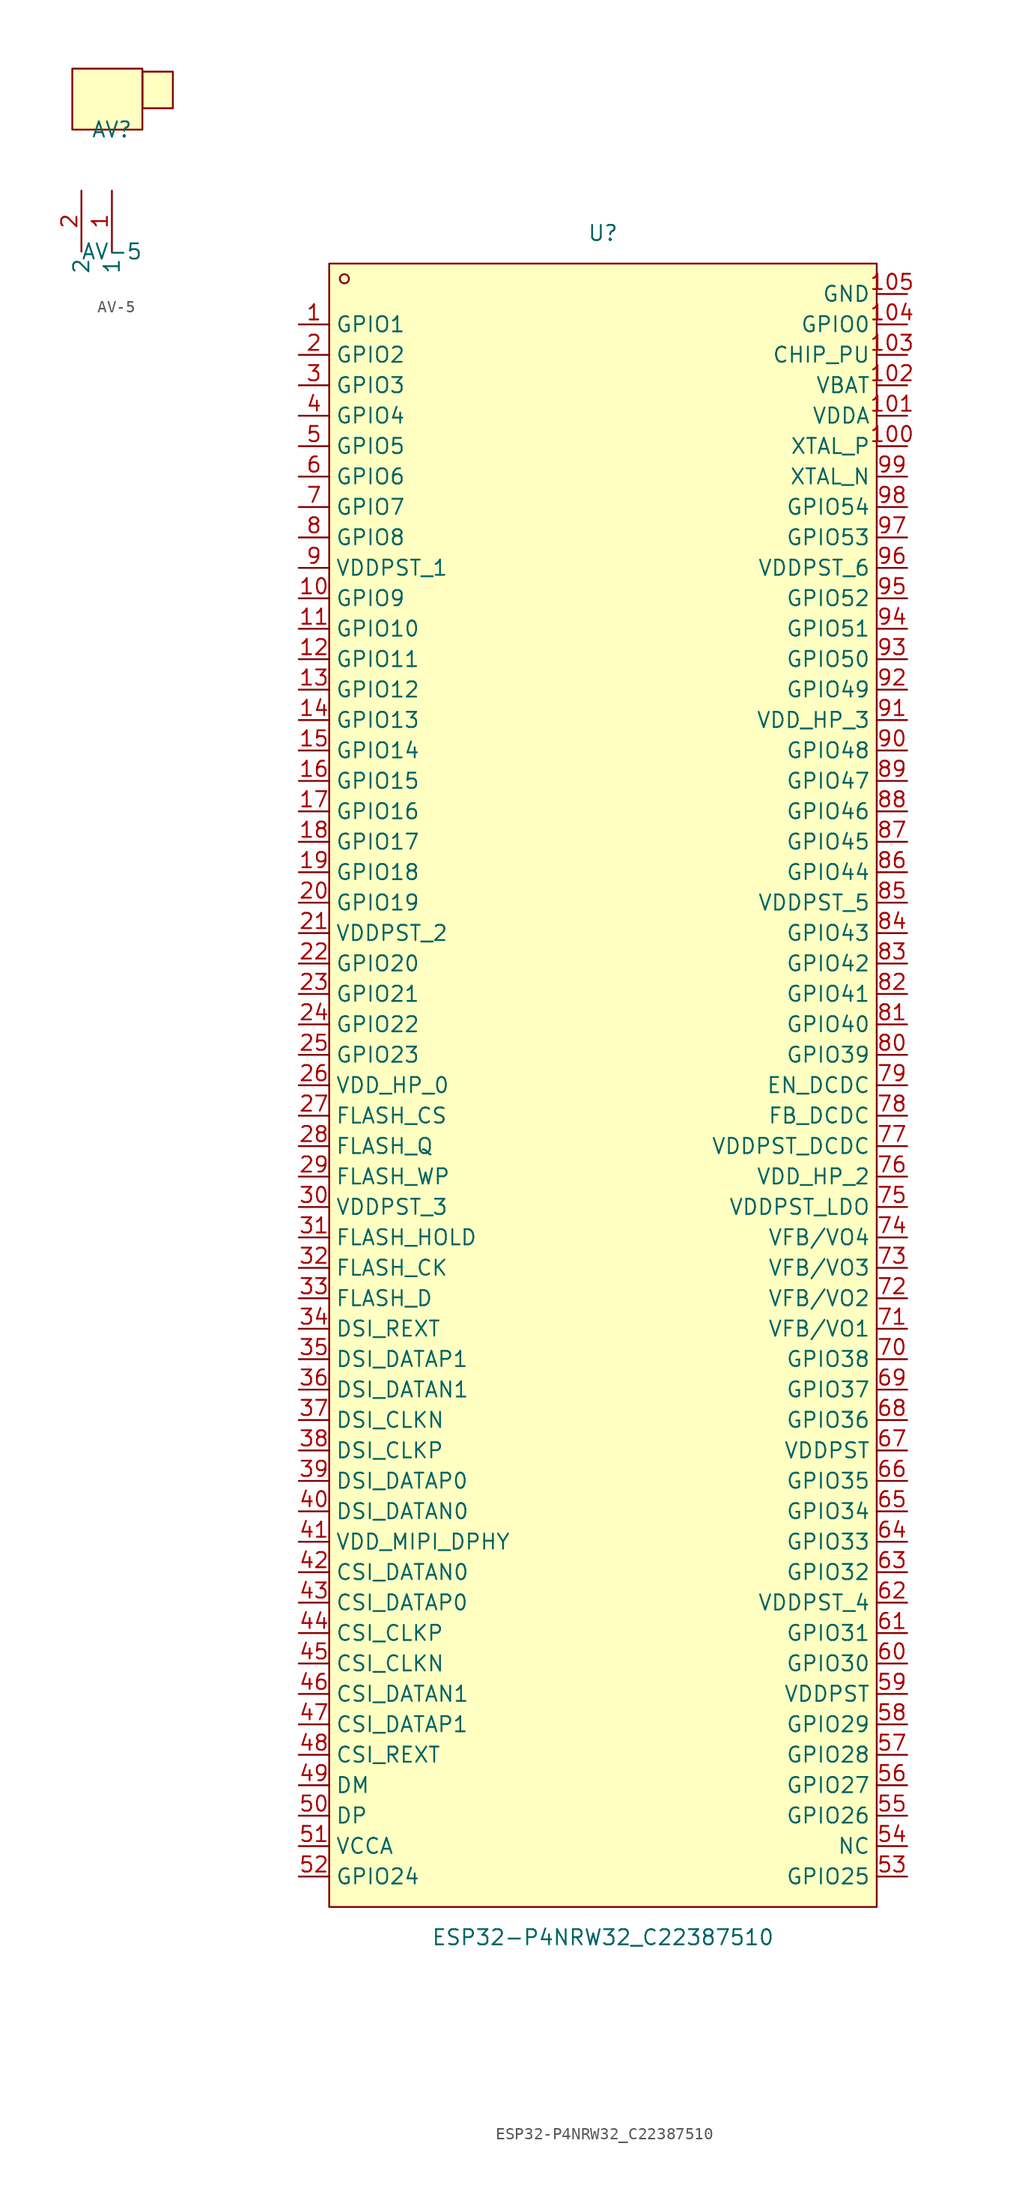
<source format=kicad_sym>
(kicad_symbol_lib
  (version 20241209)
  (generator "kicad_symbol_editor")
  (generator_version "9.0")
  (symbol "AV-5"
    (property "Reference" "AV"
      (at 0 0 0)
      (effects (font (size 1.27 1.27))))
    (property "Value" "AV-5"
      (at 0 -10.16 0)
      (effects (font (size 1.27 1.27))))
    (symbol "AV-5_0_1"
      (rectangle (start -3.3 5.08) (end 2.54 0) (stroke (width 0) (type default)) (fill (type background)))
      (rectangle (start 2.54 4.83) (end 5.08 1.78) (stroke (width 0) (type default)) (fill (type background)))
      (pin unspecified line (at -2.54 -5.08 270) (length 5.08) (name "2" (effects (font (size 1.27 1.27)))) (number "2" (effects (font (size 1.27 1.27)))))
      (pin unspecified line (at 0 -5.08 270) (length 5.08) (name "1" (effects (font (size 1.27 1.27)))) (number "1" (effects (font (size 1.27 1.27)))))))
  (symbol "ESP32-P4NRW32_C22387510"
    (property "Reference" "U"
      (at 0 71.12 0)
      (effects (font (size 1.27 1.27))))
    (property "Value" "ESP32-P4NRW32_C22387510"
      (at 0 -71.12 0)
      (effects (font (size 1.27 1.27))))
    (symbol "ESP32-P4NRW32_C22387510_0_1"
      (rectangle (start -22.86 68.58) (end 22.86 -68.58) (stroke (width 0) (type default) (color 0 0 0 0)) (fill (type background)))
      (circle (center -21.59 67.31) (radius 0.38) (stroke (width 0) (type default) (color 0 0 0 0)) (fill (type none)))
      (pin unspecified line (at -25.40 63.50 0) (length 2.54) (name "GPIO1" (effects (font (size 1.27 1.27)))) (number "1" (effects (font (size 1.27 1.27)))))
      (pin unspecified line (at -25.40 60.96 0) (length 2.54) (name "GPIO2" (effects (font (size 1.27 1.27)))) (number "2" (effects (font (size 1.27 1.27)))))
      (pin unspecified line (at -25.40 58.42 0) (length 2.54) (name "GPIO3" (effects (font (size 1.27 1.27)))) (number "3" (effects (font (size 1.27 1.27)))))
      (pin unspecified line (at -25.40 55.88 0) (length 2.54) (name "GPIO4" (effects (font (size 1.27 1.27)))) (number "4" (effects (font (size 1.27 1.27)))))
      (pin unspecified line (at -25.40 53.34 0) (length 2.54) (name "GPIO5" (effects (font (size 1.27 1.27)))) (number "5" (effects (font (size 1.27 1.27)))))
      (pin unspecified line (at -25.40 50.80 0) (length 2.54) (name "GPIO6" (effects (font (size 1.27 1.27)))) (number "6" (effects (font (size 1.27 1.27)))))
      (pin unspecified line (at -25.40 48.26 0) (length 2.54) (name "GPIO7" (effects (font (size 1.27 1.27)))) (number "7" (effects (font (size 1.27 1.27)))))
      (pin unspecified line (at -25.40 45.72 0) (length 2.54) (name "GPIO8" (effects (font (size 1.27 1.27)))) (number "8" (effects (font (size 1.27 1.27)))))
      (pin unspecified line (at -25.40 43.18 0) (length 2.54) (name "VDDPST_1" (effects (font (size 1.27 1.27)))) (number "9" (effects (font (size 1.27 1.27)))))
      (pin unspecified line (at -25.40 40.64 0) (length 2.54) (name "GPIO9" (effects (font (size 1.27 1.27)))) (number "10" (effects (font (size 1.27 1.27)))))
      (pin unspecified line (at -25.40 38.10 0) (length 2.54) (name "GPIO10" (effects (font (size 1.27 1.27)))) (number "11" (effects (font (size 1.27 1.27)))))
      (pin unspecified line (at -25.40 35.56 0) (length 2.54) (name "GPIO11" (effects (font (size 1.27 1.27)))) (number "12" (effects (font (size 1.27 1.27)))))
      (pin unspecified line (at -25.40 33.02 0) (length 2.54) (name "GPIO12" (effects (font (size 1.27 1.27)))) (number "13" (effects (font (size 1.27 1.27)))))
      (pin unspecified line (at -25.40 30.48 0) (length 2.54) (name "GPIO13" (effects (font (size 1.27 1.27)))) (number "14" (effects (font (size 1.27 1.27)))))
      (pin unspecified line (at -25.40 27.94 0) (length 2.54) (name "GPIO14" (effects (font (size 1.27 1.27)))) (number "15" (effects (font (size 1.27 1.27)))))
      (pin unspecified line (at -25.40 25.40 0) (length 2.54) (name "GPIO15" (effects (font (size 1.27 1.27)))) (number "16" (effects (font (size 1.27 1.27)))))
      (pin unspecified line (at -25.40 22.86 0) (length 2.54) (name "GPIO16" (effects (font (size 1.27 1.27)))) (number "17" (effects (font (size 1.27 1.27)))))
      (pin unspecified line (at -25.40 20.32 0) (length 2.54) (name "GPIO17" (effects (font (size 1.27 1.27)))) (number "18" (effects (font (size 1.27 1.27)))))
      (pin unspecified line (at -25.40 17.78 0) (length 2.54) (name "GPIO18" (effects (font (size 1.27 1.27)))) (number "19" (effects (font (size 1.27 1.27)))))
      (pin unspecified line (at -25.40 15.24 0) (length 2.54) (name "GPIO19" (effects (font (size 1.27 1.27)))) (number "20" (effects (font (size 1.27 1.27)))))
      (pin unspecified line (at -25.40 12.70 0) (length 2.54) (name "VDDPST_2" (effects (font (size 1.27 1.27)))) (number "21" (effects (font (size 1.27 1.27)))))
      (pin unspecified line (at -25.40 10.16 0) (length 2.54) (name "GPIO20" (effects (font (size 1.27 1.27)))) (number "22" (effects (font (size 1.27 1.27)))))
      (pin unspecified line (at -25.40 7.62 0) (length 2.54) (name "GPIO21" (effects (font (size 1.27 1.27)))) (number "23" (effects (font (size 1.27 1.27)))))
      (pin unspecified line (at -25.40 5.08 0) (length 2.54) (name "GPIO22" (effects (font (size 1.27 1.27)))) (number "24" (effects (font (size 1.27 1.27)))))
      (pin unspecified line (at -25.40 2.54 0) (length 2.54) (name "GPIO23" (effects (font (size 1.27 1.27)))) (number "25" (effects (font (size 1.27 1.27)))))
      (pin unspecified line (at -25.40 -0.00 0) (length 2.54) (name "VDD_HP_0" (effects (font (size 1.27 1.27)))) (number "26" (effects (font (size 1.27 1.27)))))
      (pin unspecified line (at -25.40 -2.54 0) (length 2.54) (name "FLASH_CS" (effects (font (size 1.27 1.27)))) (number "27" (effects (font (size 1.27 1.27)))))
      (pin unspecified line (at -25.40 -5.08 0) (length 2.54) (name "FLASH_Q" (effects (font (size 1.27 1.27)))) (number "28" (effects (font (size 1.27 1.27)))))
      (pin unspecified line (at -25.40 -7.62 0) (length 2.54) (name "FLASH_WP" (effects (font (size 1.27 1.27)))) (number "29" (effects (font (size 1.27 1.27)))))
      (pin unspecified line (at -25.40 -10.16 0) (length 2.54) (name "VDDPST_3" (effects (font (size 1.27 1.27)))) (number "30" (effects (font (size 1.27 1.27)))))
      (pin unspecified line (at -25.40 -12.70 0) (length 2.54) (name "FLASH_HOLD" (effects (font (size 1.27 1.27)))) (number "31" (effects (font (size 1.27 1.27)))))
      (pin unspecified line (at -25.40 -15.24 0) (length 2.54) (name "FLASH_CK" (effects (font (size 1.27 1.27)))) (number "32" (effects (font (size 1.27 1.27)))))
      (pin unspecified line (at -25.40 -17.78 0) (length 2.54) (name "FLASH_D" (effects (font (size 1.27 1.27)))) (number "33" (effects (font (size 1.27 1.27)))))
      (pin unspecified line (at -25.40 -20.32 0) (length 2.54) (name "DSI_REXT" (effects (font (size 1.27 1.27)))) (number "34" (effects (font (size 1.27 1.27)))))
      (pin unspecified line (at -25.40 -22.86 0) (length 2.54) (name "DSI_DATAP1" (effects (font (size 1.27 1.27)))) (number "35" (effects (font (size 1.27 1.27)))))
      (pin unspecified line (at -25.40 -25.40 0) (length 2.54) (name "DSI_DATAN1" (effects (font (size 1.27 1.27)))) (number "36" (effects (font (size 1.27 1.27)))))
      (pin unspecified line (at -25.40 -27.94 0) (length 2.54) (name "DSI_CLKN" (effects (font (size 1.27 1.27)))) (number "37" (effects (font (size 1.27 1.27)))))
      (pin unspecified line (at -25.40 -30.48 0) (length 2.54) (name "DSI_CLKP" (effects (font (size 1.27 1.27)))) (number "38" (effects (font (size 1.27 1.27)))))
      (pin unspecified line (at -25.40 -33.02 0) (length 2.54) (name "DSI_DATAP0" (effects (font (size 1.27 1.27)))) (number "39" (effects (font (size 1.27 1.27)))))
      (pin unspecified line (at -25.40 -35.56 0) (length 2.54) (name "DSI_DATAN0" (effects (font (size 1.27 1.27)))) (number "40" (effects (font (size 1.27 1.27)))))
      (pin unspecified line (at -25.40 -38.10 0) (length 2.54) (name "VDD_MIPI_DPHY" (effects (font (size 1.27 1.27)))) (number "41" (effects (font (size 1.27 1.27)))))
      (pin unspecified line (at -25.40 -40.64 0) (length 2.54) (name "CSI_DATAN0" (effects (font (size 1.27 1.27)))) (number "42" (effects (font (size 1.27 1.27)))))
      (pin unspecified line (at -25.40 -43.18 0) (length 2.54) (name "CSI_DATAP0" (effects (font (size 1.27 1.27)))) (number "43" (effects (font (size 1.27 1.27)))))
      (pin unspecified line (at -25.40 -45.72 0) (length 2.54) (name "CSI_CLKP" (effects (font (size 1.27 1.27)))) (number "44" (effects (font (size 1.27 1.27)))))
      (pin unspecified line (at -25.40 -48.26 0) (length 2.54) (name "CSI_CLKN" (effects (font (size 1.27 1.27)))) (number "45" (effects (font (size 1.27 1.27)))))
      (pin unspecified line (at -25.40 -50.80 0) (length 2.54) (name "CSI_DATAN1" (effects (font (size 1.27 1.27)))) (number "46" (effects (font (size 1.27 1.27)))))
      (pin unspecified line (at -25.40 -53.34 0) (length 2.54) (name "CSI_DATAP1" (effects (font (size 1.27 1.27)))) (number "47" (effects (font (size 1.27 1.27)))))
      (pin unspecified line (at -25.40 -55.88 0) (length 2.54) (name "CSI_REXT" (effects (font (size 1.27 1.27)))) (number "48" (effects (font (size 1.27 1.27)))))
      (pin unspecified line (at -25.40 -58.42 0) (length 2.54) (name "DM" (effects (font (size 1.27 1.27)))) (number "49" (effects (font (size 1.27 1.27)))))
      (pin unspecified line (at -25.40 -60.96 0) (length 2.54) (name "DP" (effects (font (size 1.27 1.27)))) (number "50" (effects (font (size 1.27 1.27)))))
      (pin unspecified line (at -25.40 -63.50 0) (length 2.54) (name "VCCA" (effects (font (size 1.27 1.27)))) (number "51" (effects (font (size 1.27 1.27)))))
      (pin unspecified line (at -25.40 -66.04 0) (length 2.54) (name "GPIO24" (effects (font (size 1.27 1.27)))) (number "52" (effects (font (size 1.27 1.27)))))
      (pin unspecified line (at 25.40 -66.04 180) (length 2.54) (name "GPIO25" (effects (font (size 1.27 1.27)))) (number "53" (effects (font (size 1.27 1.27)))))
      (pin unspecified line (at 25.40 -63.50 180) (length 2.54) (name "NC" (effects (font (size 1.27 1.27)))) (number "54" (effects (font (size 1.27 1.27)))))
      (pin unspecified line (at 25.40 -60.96 180) (length 2.54) (name "GPIO26" (effects (font (size 1.27 1.27)))) (number "55" (effects (font (size 1.27 1.27)))))
      (pin unspecified line (at 25.40 -58.42 180) (length 2.54) (name "GPIO27" (effects (font (size 1.27 1.27)))) (number "56" (effects (font (size 1.27 1.27)))))
      (pin unspecified line (at 25.40 -55.88 180) (length 2.54) (name "GPIO28" (effects (font (size 1.27 1.27)))) (number "57" (effects (font (size 1.27 1.27)))))
      (pin unspecified line (at 25.40 -53.34 180) (length 2.54) (name "GPIO29" (effects (font (size 1.27 1.27)))) (number "58" (effects (font (size 1.27 1.27)))))
      (pin unspecified line (at 25.40 -50.80 180) (length 2.54) (name "VDDPST" (effects (font (size 1.27 1.27)))) (number "59" (effects (font (size 1.27 1.27)))))
      (pin unspecified line (at 25.40 -48.26 180) (length 2.54) (name "GPIO30" (effects (font (size 1.27 1.27)))) (number "60" (effects (font (size 1.27 1.27)))))
      (pin unspecified line (at 25.40 -45.72 180) (length 2.54) (name "GPIO31" (effects (font (size 1.27 1.27)))) (number "61" (effects (font (size 1.27 1.27)))))
      (pin unspecified line (at 25.40 -43.18 180) (length 2.54) (name "VDDPST_4" (effects (font (size 1.27 1.27)))) (number "62" (effects (font (size 1.27 1.27)))))
      (pin unspecified line (at 25.40 -40.64 180) (length 2.54) (name "GPIO32" (effects (font (size 1.27 1.27)))) (number "63" (effects (font (size 1.27 1.27)))))
      (pin unspecified line (at 25.40 -38.10 180) (length 2.54) (name "GPIO33" (effects (font (size 1.27 1.27)))) (number "64" (effects (font (size 1.27 1.27)))))
      (pin unspecified line (at 25.40 -35.56 180) (length 2.54) (name "GPIO34" (effects (font (size 1.27 1.27)))) (number "65" (effects (font (size 1.27 1.27)))))
      (pin unspecified line (at 25.40 -33.02 180) (length 2.54) (name "GPIO35" (effects (font (size 1.27 1.27)))) (number "66" (effects (font (size 1.27 1.27)))))
      (pin unspecified line (at 25.40 -30.48 180) (length 2.54) (name "VDDPST" (effects (font (size 1.27 1.27)))) (number "67" (effects (font (size 1.27 1.27)))))
      (pin unspecified line (at 25.40 -27.94 180) (length 2.54) (name "GPIO36" (effects (font (size 1.27 1.27)))) (number "68" (effects (font (size 1.27 1.27)))))
      (pin unspecified line (at 25.40 -25.40 180) (length 2.54) (name "GPIO37" (effects (font (size 1.27 1.27)))) (number "69" (effects (font (size 1.27 1.27)))))
      (pin unspecified line (at 25.40 -22.86 180) (length 2.54) (name "GPIO38" (effects (font (size 1.27 1.27)))) (number "70" (effects (font (size 1.27 1.27)))))
      (pin unspecified line (at 25.40 -20.32 180) (length 2.54) (name "VFB/VO1" (effects (font (size 1.27 1.27)))) (number "71" (effects (font (size 1.27 1.27)))))
      (pin unspecified line (at 25.40 -17.78 180) (length 2.54) (name "VFB/VO2" (effects (font (size 1.27 1.27)))) (number "72" (effects (font (size 1.27 1.27)))))
      (pin unspecified line (at 25.40 -15.24 180) (length 2.54) (name "VFB/VO3" (effects (font (size 1.27 1.27)))) (number "73" (effects (font (size 1.27 1.27)))))
      (pin unspecified line (at 25.40 -12.70 180) (length 2.54) (name "VFB/VO4" (effects (font (size 1.27 1.27)))) (number "74" (effects (font (size 1.27 1.27)))))
      (pin unspecified line (at 25.40 -10.16 180) (length 2.54) (name "VDDPST_LDO" (effects (font (size 1.27 1.27)))) (number "75" (effects (font (size 1.27 1.27)))))
      (pin unspecified line (at 25.40 -7.62 180) (length 2.54) (name "VDD_HP_2" (effects (font (size 1.27 1.27)))) (number "76" (effects (font (size 1.27 1.27)))))
      (pin unspecified line (at 25.40 -5.08 180) (length 2.54) (name "VDDPST_DCDC" (effects (font (size 1.27 1.27)))) (number "77" (effects (font (size 1.27 1.27)))))
      (pin unspecified line (at 25.40 -2.54 180) (length 2.54) (name "FB_DCDC" (effects (font (size 1.27 1.27)))) (number "78" (effects (font (size 1.27 1.27)))))
      (pin unspecified line (at 25.40 -0.00 180) (length 2.54) (name "EN_DCDC" (effects (font (size 1.27 1.27)))) (number "79" (effects (font (size 1.27 1.27)))))
      (pin unspecified line (at 25.40 2.54 180) (length 2.54) (name "GPIO39" (effects (font (size 1.27 1.27)))) (number "80" (effects (font (size 1.27 1.27)))))
      (pin unspecified line (at 25.40 5.08 180) (length 2.54) (name "GPIO40" (effects (font (size 1.27 1.27)))) (number "81" (effects (font (size 1.27 1.27)))))
      (pin unspecified line (at 25.40 7.62 180) (length 2.54) (name "GPIO41" (effects (font (size 1.27 1.27)))) (number "82" (effects (font (size 1.27 1.27)))))
      (pin unspecified line (at 25.40 10.16 180) (length 2.54) (name "GPIO42" (effects (font (size 1.27 1.27)))) (number "83" (effects (font (size 1.27 1.27)))))
      (pin unspecified line (at 25.40 12.70 180) (length 2.54) (name "GPIO43" (effects (font (size 1.27 1.27)))) (number "84" (effects (font (size 1.27 1.27)))))
      (pin unspecified line (at 25.40 15.24 180) (length 2.54) (name "VDDPST_5" (effects (font (size 1.27 1.27)))) (number "85" (effects (font (size 1.27 1.27)))))
      (pin unspecified line (at 25.40 17.78 180) (length 2.54) (name "GPIO44" (effects (font (size 1.27 1.27)))) (number "86" (effects (font (size 1.27 1.27)))))
      (pin unspecified line (at 25.40 20.32 180) (length 2.54) (name "GPIO45" (effects (font (size 1.27 1.27)))) (number "87" (effects (font (size 1.27 1.27)))))
      (pin unspecified line (at 25.40 22.86 180) (length 2.54) (name "GPIO46" (effects (font (size 1.27 1.27)))) (number "88" (effects (font (size 1.27 1.27)))))
      (pin unspecified line (at 25.40 25.40 180) (length 2.54) (name "GPIO47" (effects (font (size 1.27 1.27)))) (number "89" (effects (font (size 1.27 1.27)))))
      (pin unspecified line (at 25.40 27.94 180) (length 2.54) (name "GPIO48" (effects (font (size 1.27 1.27)))) (number "90" (effects (font (size 1.27 1.27)))))
      (pin unspecified line (at 25.40 30.48 180) (length 2.54) (name "VDD_HP_3" (effects (font (size 1.27 1.27)))) (number "91" (effects (font (size 1.27 1.27)))))
      (pin unspecified line (at 25.40 33.02 180) (length 2.54) (name "GPIO49" (effects (font (size 1.27 1.27)))) (number "92" (effects (font (size 1.27 1.27)))))
      (pin unspecified line (at 25.40 35.56 180) (length 2.54) (name "GPIO50" (effects (font (size 1.27 1.27)))) (number "93" (effects (font (size 1.27 1.27)))))
      (pin unspecified line (at 25.40 38.10 180) (length 2.54) (name "GPIO51" (effects (font (size 1.27 1.27)))) (number "94" (effects (font (size 1.27 1.27)))))
      (pin unspecified line (at 25.40 40.64 180) (length 2.54) (name "GPIO52" (effects (font (size 1.27 1.27)))) (number "95" (effects (font (size 1.27 1.27)))))
      (pin unspecified line (at 25.40 43.18 180) (length 2.54) (name "VDDPST_6" (effects (font (size 1.27 1.27)))) (number "96" (effects (font (size 1.27 1.27)))))
      (pin unspecified line (at 25.40 45.72 180) (length 2.54) (name "GPIO53" (effects (font (size 1.27 1.27)))) (number "97" (effects (font (size 1.27 1.27)))))
      (pin unspecified line (at 25.40 48.26 180) (length 2.54) (name "GPIO54" (effects (font (size 1.27 1.27)))) (number "98" (effects (font (size 1.27 1.27)))))
      (pin unspecified line (at 25.40 50.80 180) (length 2.54) (name "XTAL_N" (effects (font (size 1.27 1.27)))) (number "99" (effects (font (size 1.27 1.27)))))
      (pin unspecified line (at 25.40 53.34 180) (length 2.54) (name "XTAL_P" (effects (font (size 1.27 1.27)))) (number "100" (effects (font (size 1.27 1.27)))))
      (pin unspecified line (at 25.40 55.88 180) (length 2.54) (name "VDDA" (effects (font (size 1.27 1.27)))) (number "101" (effects (font (size 1.27 1.27)))))
      (pin unspecified line (at 25.40 58.42 180) (length 2.54) (name "VBAT" (effects (font (size 1.27 1.27)))) (number "102" (effects (font (size 1.27 1.27)))))
      (pin unspecified line (at 25.40 60.96 180) (length 2.54) (name "CHIP_PU" (effects (font (size 1.27 1.27)))) (number "103" (effects (font (size 1.27 1.27)))))
      (pin unspecified line (at 25.40 63.50 180) (length 2.54) (name "GPIO0" (effects (font (size 1.27 1.27)))) (number "104" (effects (font (size 1.27 1.27)))))
      (pin unspecified line (at 25.40 66.04 180) (length 2.54) (name "GND" (effects (font (size 1.27 1.27)))) (number "105" (effects (font (size 1.27 1.27))))))))
</source>
